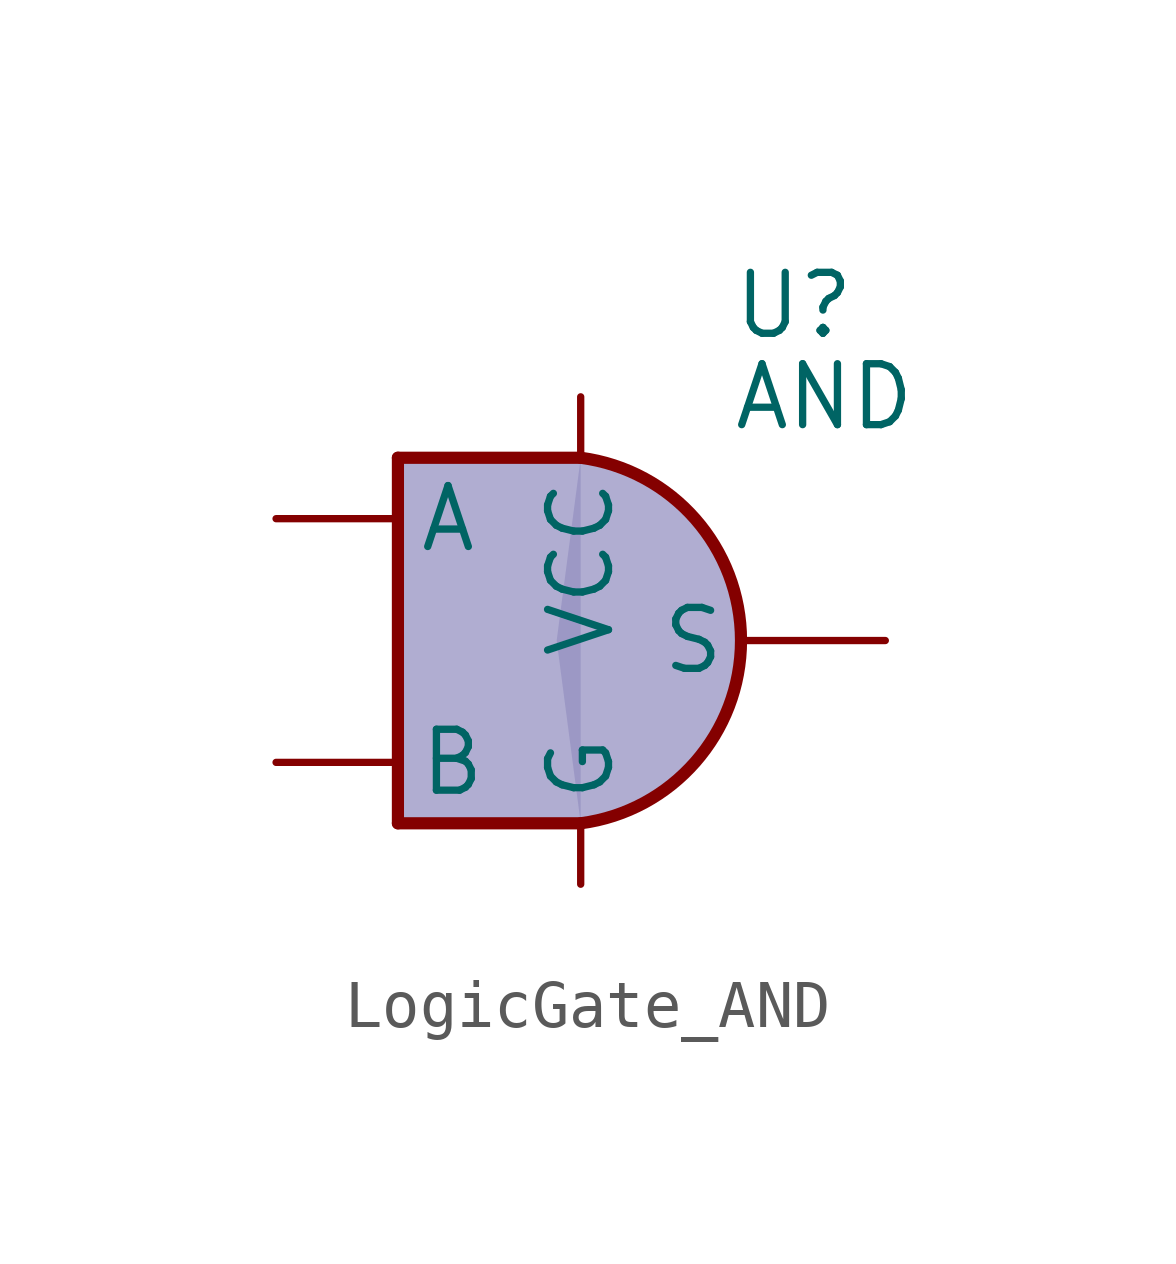
<source format=kicad_sym>
(kicad_symbol_lib
  (version 20220914)
  (generator kicad_symbol_editor)
  (symbol "LogicGate_AND"
    (pin_numbers hide)
    (pin_names
      (offset 0.4))
    (property "Reference" "U"
      (at 4.445 6.985 0)
      (effects (font (size 1.27 1.27))))
    (property "Value" "AND"
      (at 5.08 5.08 0)
      (effects (font (size 1.27 1.27))))
    (symbol "LogicGate_AND_1_0"
      (polyline (pts (xy -3.81 -3.81) (xy -3.81 3.81)) (stroke (width 0.254) (type default)) (fill (type background)))
      (polyline (pts (xy -3.81 -3.81) (xy 0 -3.81)) (stroke (width 0.254) (type default)) (fill (type background)))
      (polyline (pts (xy -3.81 3.81) (xy 0 3.81)) (stroke (width 0.254) (type default)) (fill (type background)))
      (polyline (pts (xy 0 3.81) (xy -3.901 3.826) (xy -3.901 3.826) (xy -3.901 -3.794) (xy -3.901 -3.794) (xy 0 -3.81)) (stroke (width -0.0001) (type default)) (fill (type color) (color 149 146 194 0.749))))
    (symbol "LogicGate_AND_1_1"
      (arc (start 0 -3.81) (mid 3.3418 0) (end 0 3.81) (stroke (width 0.254) (type default)) (fill (type color) (color 149 146 194 0.7490196078)))
      (pin input line (at 0 5.08 270) (length 1.27) (name "VCC" (effects (font (size 1.27 1.27)))) (number "1" (effects (font (size 1.27 1.27)))))
      (pin input line (at 0 -5.08 90) (length 1.27) (name "G" (effects (font (size 1.27 1.27)))) (number "2" (effects (font (size 1.27 1.27)))))
      (pin input line (at -6.35 2.54 0) (length 2.54) (name "A" (effects (font (size 1.27 1.27)))) (number "3" (effects (font (size 1.27 1.27)))))
      (pin input line (at -6.35 -2.54 0) (length 2.54) (name "B" (effects (font (size 1.27 1.27)))) (number "4" (effects (font (size 1.27 1.27)))))
      (pin output line (at 6.35 0 180) (length 2.9) (name "S" (effects (font (size 1.27 1.27)))) (number "5" (effects (font (size 1.27 1.27))))))))
</source>
